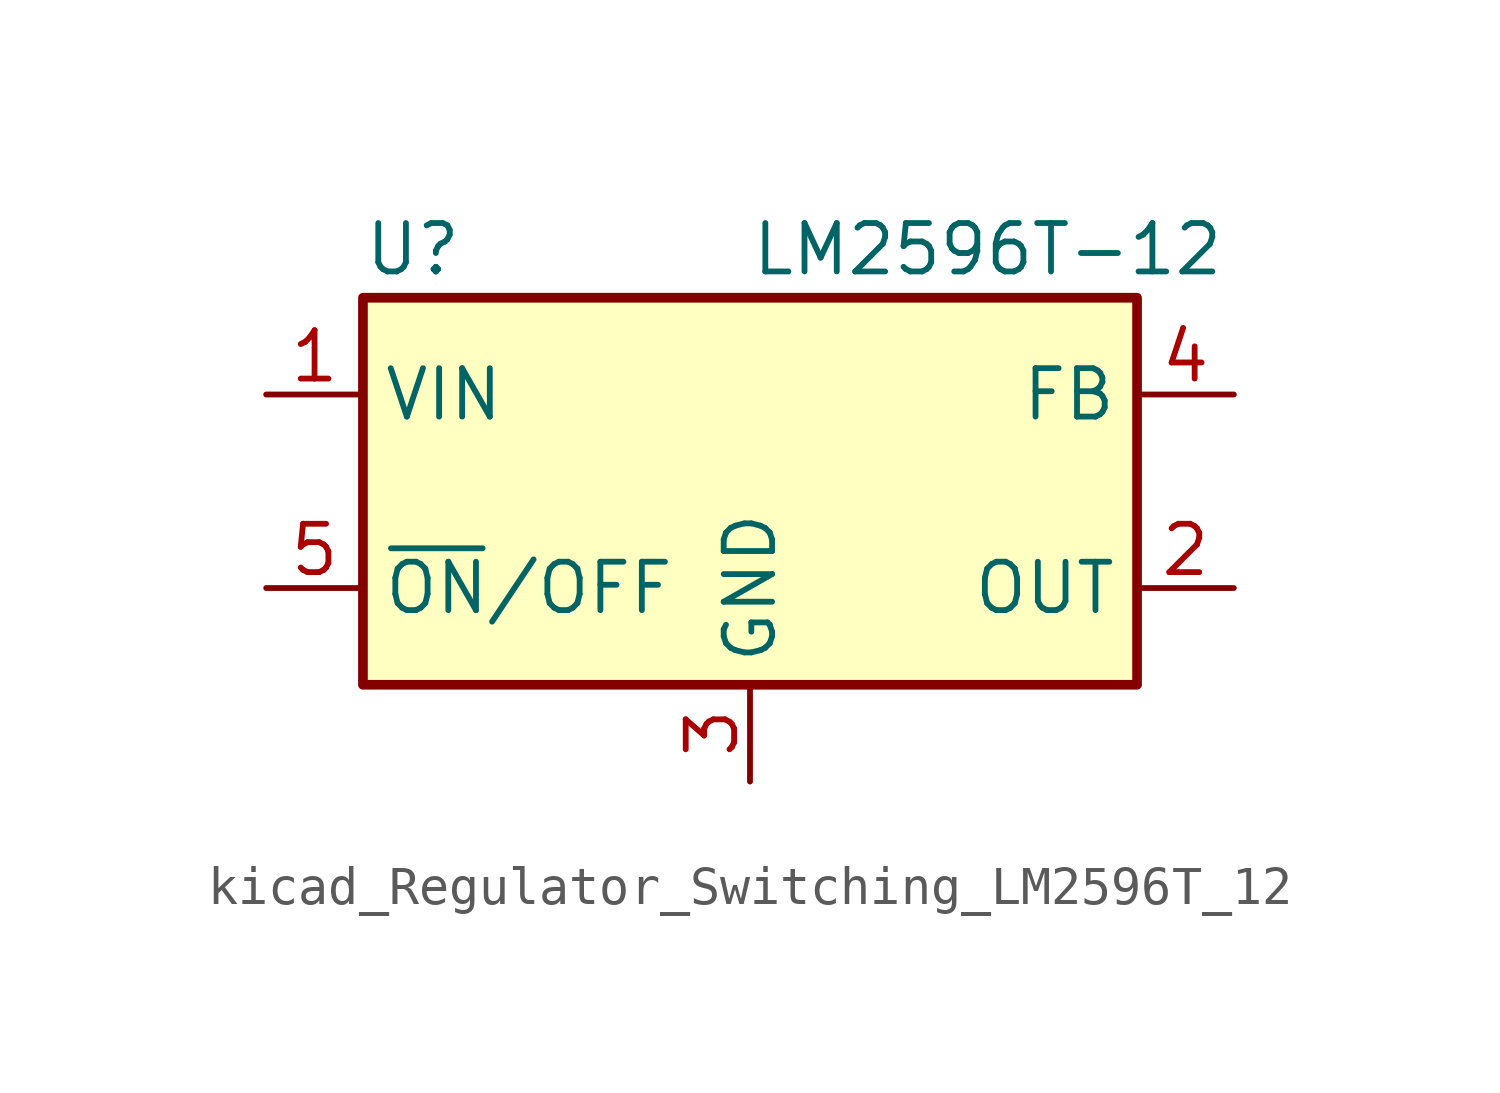
<source format=kicad_sym>
(kicad_symbol_lib
  (version 20220914)
  (generator kicad_symbol_editor)
  (symbol "kicad_Regulator_Switching_LM2596T_12"
    (property "Reference" "U"
      (at -10.16 6.35 0)
      (effects (font (size 1.27 1.27)) (justify left)))
    (property "Value" "LM2596T-12"
      (at 0 6.35 0)
      (effects (font (size 1.27 1.27)) (justify left)))
    (symbol "kicad_Regulator_Switching_LM2596T_12_0_1"
      (rectangle (start -10.16 5.08) (end 10.16 -5.08) (stroke (width 0.254) (type default)) (fill (type background))))
    (symbol "kicad_Regulator_Switching_LM2596T_12_1_1"
      (pin power_in line (at -12.7 2.54 0) (length 2.54) (name "VIN" (effects (font (size 1.27 1.27)))) (number "1" (effects (font (size 1.27 1.27)))))
      (pin output line (at 12.7 -2.54 180) (length 2.54) (name "OUT" (effects (font (size 1.27 1.27)))) (number "2" (effects (font (size 1.27 1.27)))))
      (pin power_in line (at 0 -7.62 90) (length 2.54) (name "GND" (effects (font (size 1.27 1.27)))) (number "3" (effects (font (size 1.27 1.27)))))
      (pin input line (at 12.7 2.54 180) (length 2.54) (name "FB" (effects (font (size 1.27 1.27)))) (number "4" (effects (font (size 1.27 1.27)))))
      (pin input line (at -12.7 -2.54 0) (length 2.54) (name "~{ON}/OFF" (effects (font (size 1.27 1.27)))) (number "5" (effects (font (size 1.27 1.27))))))))
</source>
